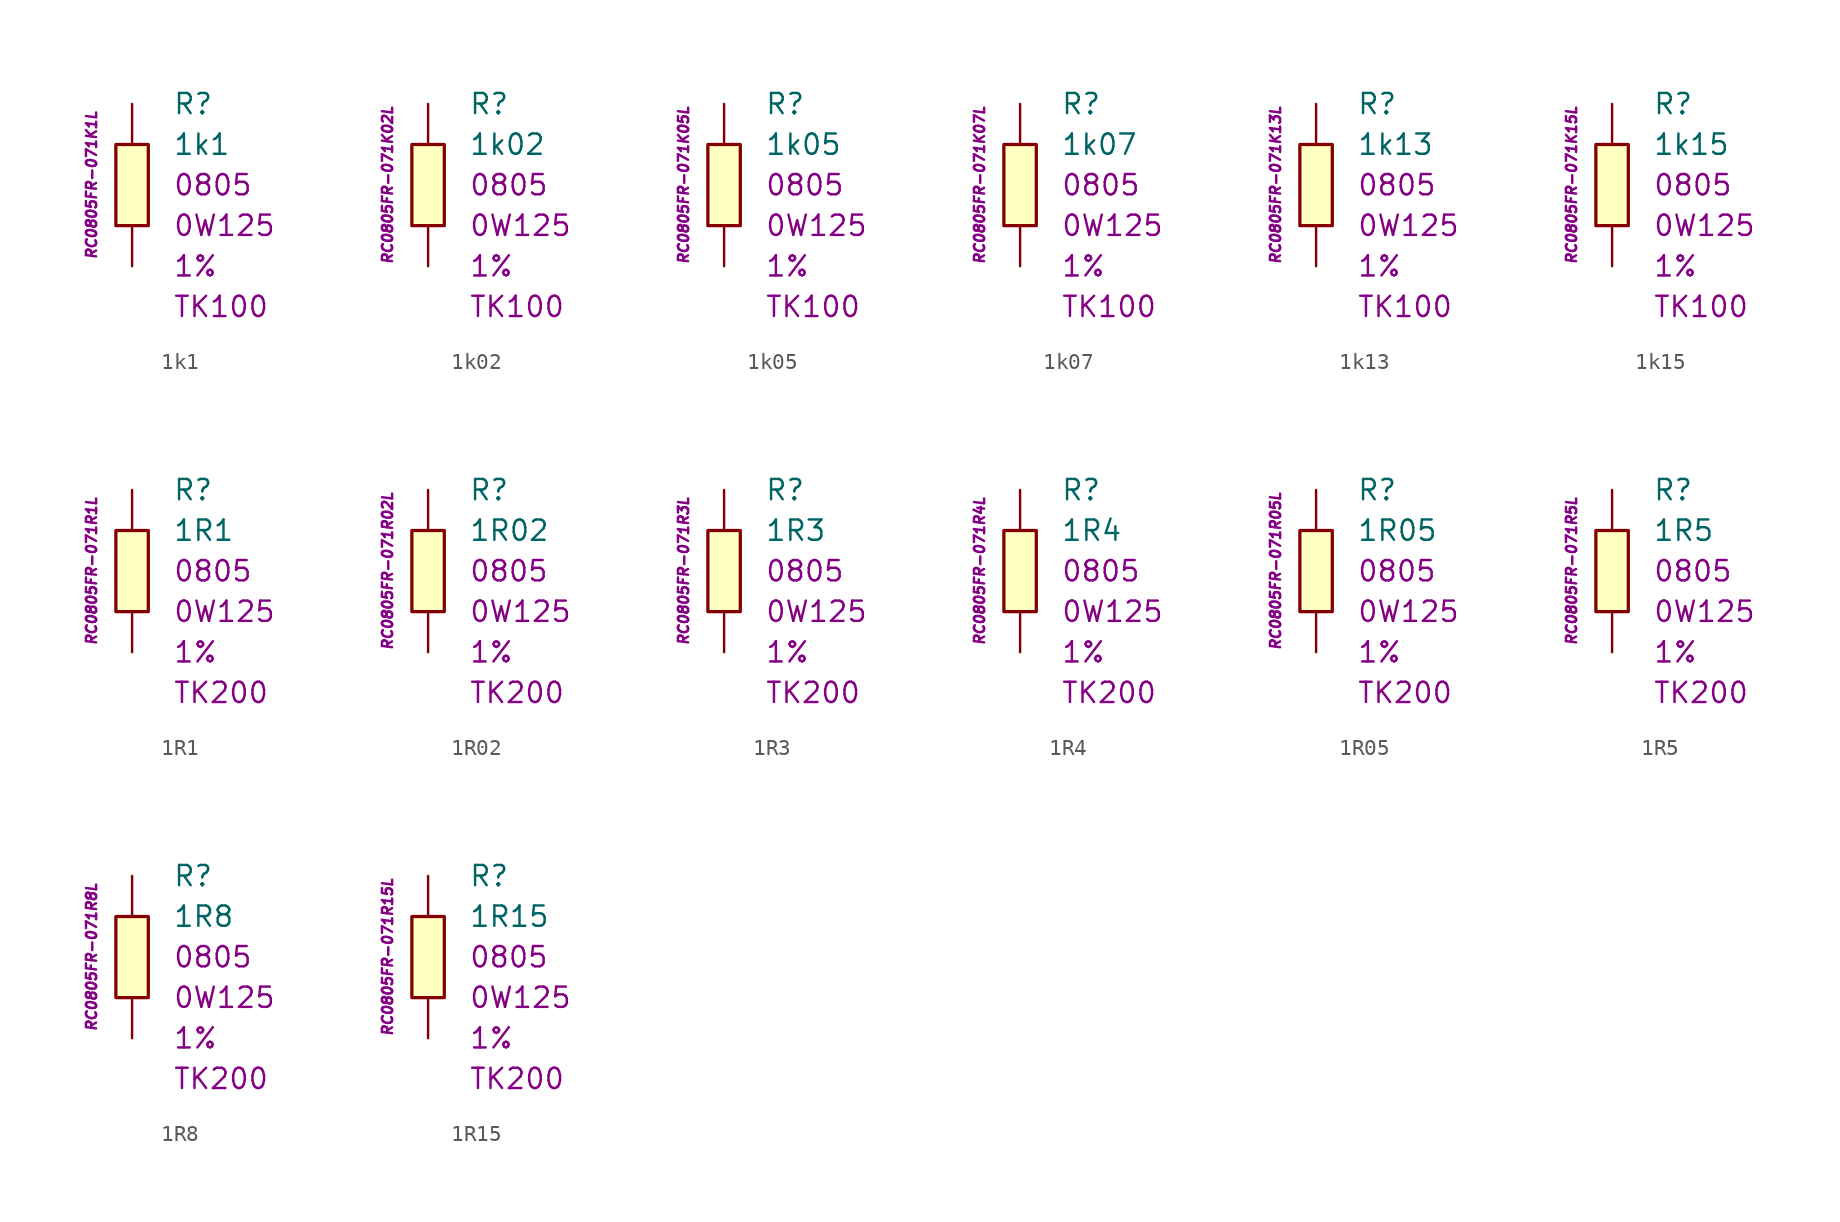
<source format=kicad_sym>
(kicad_symbol_lib
  (version 20201005)
  (generator kicad_symbol_editor)
  (symbol "1k1"
    (pin_numbers hide)
    (pin_names
      (offset 1.016) hide)
    (property "Reference" "R"
      (at 2.54 5.08 0)
      (effects (font (size 1.27 1.27)) (justify left)))
    (property "Value" "1k1"
      (at 2.54 2.54 0)
      (effects (font (size 1.27 1.27)) (justify left)))
    (property "Package" "0805"
      (at 2.54 0 0)
      (effects (font (size 1.27 1.27)) (justify left)))
    (property "Power" "0W125"
      (at 2.54 -2.54 0)
      (effects (font (size 1.27 1.27)) (justify left)))
    (property "Tolerance" "1%"
      (at 2.54 -5.08 0)
      (effects (font (size 1.27 1.27)) (justify left)))
    (property "TK" "TK100"
      (at 2.54 -7.62 0)
      (effects (font (size 1.27 1.27)) (justify left)))
    (property "ID" "RC0805FR-071K1L"
      (at -2.54 0 90)
      (effects (font (size 0.635 0.635) italic)))
    (symbol "1k1_0_1"
      (rectangle (start -1.016 2.54) (end 1.016 -2.54) (stroke (width 0.203)) (fill (type background))))
    (symbol "1k1_1_1"
      (pin passive line (at 0 5.08 270) (length 2.54) (name "~" (effects (font (size 1.778 1.778)))) (number "1" (effects (font (size 1.778 1.778)))))
      (pin passive line (at 0 -5.08 90) (length 2.54) (name "~" (effects (font (size 1.778 1.778)))) (number "2" (effects (font (size 1.778 1.778)))))))
  (symbol "1k02"
    (pin_numbers hide)
    (pin_names
      (offset 1.016) hide)
    (property "Reference" "R"
      (at 2.54 5.08 0)
      (effects (font (size 1.27 1.27)) (justify left)))
    (property "Value" "1k02"
      (at 2.54 2.54 0)
      (effects (font (size 1.27 1.27)) (justify left)))
    (property "Package" "0805"
      (at 2.54 0 0)
      (effects (font (size 1.27 1.27)) (justify left)))
    (property "Power" "0W125"
      (at 2.54 -2.54 0)
      (effects (font (size 1.27 1.27)) (justify left)))
    (property "Tolerance" "1%"
      (at 2.54 -5.08 0)
      (effects (font (size 1.27 1.27)) (justify left)))
    (property "TK" "TK100"
      (at 2.54 -7.62 0)
      (effects (font (size 1.27 1.27)) (justify left)))
    (property "ID" "RC0805FR-071K02L"
      (at -2.54 0 90)
      (effects (font (size 0.635 0.635) italic)))
    (symbol "1k02_0_1"
      (rectangle (start -1.016 2.54) (end 1.016 -2.54) (stroke (width 0.203)) (fill (type background))))
    (symbol "1k02_1_1"
      (pin passive line (at 0 5.08 270) (length 2.54) (name "~" (effects (font (size 1.778 1.778)))) (number "1" (effects (font (size 1.778 1.778)))))
      (pin passive line (at 0 -5.08 90) (length 2.54) (name "~" (effects (font (size 1.778 1.778)))) (number "2" (effects (font (size 1.778 1.778)))))))
  (symbol "1k05"
    (pin_numbers hide)
    (pin_names
      (offset 1.016) hide)
    (property "Reference" "R"
      (at 2.54 5.08 0)
      (effects (font (size 1.27 1.27)) (justify left)))
    (property "Value" "1k05"
      (at 2.54 2.54 0)
      (effects (font (size 1.27 1.27)) (justify left)))
    (property "Package" "0805"
      (at 2.54 0 0)
      (effects (font (size 1.27 1.27)) (justify left)))
    (property "Power" "0W125"
      (at 2.54 -2.54 0)
      (effects (font (size 1.27 1.27)) (justify left)))
    (property "Tolerance" "1%"
      (at 2.54 -5.08 0)
      (effects (font (size 1.27 1.27)) (justify left)))
    (property "TK" "TK100"
      (at 2.54 -7.62 0)
      (effects (font (size 1.27 1.27)) (justify left)))
    (property "ID" "RC0805FR-071K05L"
      (at -2.54 0 90)
      (effects (font (size 0.635 0.635) italic)))
    (symbol "1k05_0_1"
      (rectangle (start -1.016 2.54) (end 1.016 -2.54) (stroke (width 0.203)) (fill (type background))))
    (symbol "1k05_1_1"
      (pin passive line (at 0 5.08 270) (length 2.54) (name "~" (effects (font (size 1.778 1.778)))) (number "1" (effects (font (size 1.778 1.778)))))
      (pin passive line (at 0 -5.08 90) (length 2.54) (name "~" (effects (font (size 1.778 1.778)))) (number "2" (effects (font (size 1.778 1.778)))))))
  (symbol "1k07"
    (pin_numbers hide)
    (pin_names
      (offset 1.016) hide)
    (property "Reference" "R"
      (at 2.54 5.08 0)
      (effects (font (size 1.27 1.27)) (justify left)))
    (property "Value" "1k07"
      (at 2.54 2.54 0)
      (effects (font (size 1.27 1.27)) (justify left)))
    (property "Package" "0805"
      (at 2.54 0 0)
      (effects (font (size 1.27 1.27)) (justify left)))
    (property "Power" "0W125"
      (at 2.54 -2.54 0)
      (effects (font (size 1.27 1.27)) (justify left)))
    (property "Tolerance" "1%"
      (at 2.54 -5.08 0)
      (effects (font (size 1.27 1.27)) (justify left)))
    (property "TK" "TK100"
      (at 2.54 -7.62 0)
      (effects (font (size 1.27 1.27)) (justify left)))
    (property "ID" "RC0805FR-071K07L"
      (at -2.54 0 90)
      (effects (font (size 0.635 0.635) italic)))
    (symbol "1k07_0_1"
      (rectangle (start -1.016 2.54) (end 1.016 -2.54) (stroke (width 0.203)) (fill (type background))))
    (symbol "1k07_1_1"
      (pin passive line (at 0 5.08 270) (length 2.54) (name "~" (effects (font (size 1.778 1.778)))) (number "1" (effects (font (size 1.778 1.778)))))
      (pin passive line (at 0 -5.08 90) (length 2.54) (name "~" (effects (font (size 1.778 1.778)))) (number "2" (effects (font (size 1.778 1.778)))))))
  (symbol "1k13"
    (pin_numbers hide)
    (pin_names
      (offset 1.016) hide)
    (property "Reference" "R"
      (at 2.54 5.08 0)
      (effects (font (size 1.27 1.27)) (justify left)))
    (property "Value" "1k13"
      (at 2.54 2.54 0)
      (effects (font (size 1.27 1.27)) (justify left)))
    (property "Package" "0805"
      (at 2.54 0 0)
      (effects (font (size 1.27 1.27)) (justify left)))
    (property "Power" "0W125"
      (at 2.54 -2.54 0)
      (effects (font (size 1.27 1.27)) (justify left)))
    (property "Tolerance" "1%"
      (at 2.54 -5.08 0)
      (effects (font (size 1.27 1.27)) (justify left)))
    (property "TK" "TK100"
      (at 2.54 -7.62 0)
      (effects (font (size 1.27 1.27)) (justify left)))
    (property "ID" "RC0805FR-071K13L"
      (at -2.54 0 90)
      (effects (font (size 0.635 0.635) italic)))
    (symbol "1k13_0_1"
      (rectangle (start -1.016 2.54) (end 1.016 -2.54) (stroke (width 0.203)) (fill (type background))))
    (symbol "1k13_1_1"
      (pin passive line (at 0 5.08 270) (length 2.54) (name "~" (effects (font (size 1.778 1.778)))) (number "1" (effects (font (size 1.778 1.778)))))
      (pin passive line (at 0 -5.08 90) (length 2.54) (name "~" (effects (font (size 1.778 1.778)))) (number "2" (effects (font (size 1.778 1.778)))))))
  (symbol "1k15"
    (pin_numbers hide)
    (pin_names
      (offset 1.016) hide)
    (property "Reference" "R"
      (at 2.54 5.08 0)
      (effects (font (size 1.27 1.27)) (justify left)))
    (property "Value" "1k15"
      (at 2.54 2.54 0)
      (effects (font (size 1.27 1.27)) (justify left)))
    (property "Package" "0805"
      (at 2.54 0 0)
      (effects (font (size 1.27 1.27)) (justify left)))
    (property "Power" "0W125"
      (at 2.54 -2.54 0)
      (effects (font (size 1.27 1.27)) (justify left)))
    (property "Tolerance" "1%"
      (at 2.54 -5.08 0)
      (effects (font (size 1.27 1.27)) (justify left)))
    (property "TK" "TK100"
      (at 2.54 -7.62 0)
      (effects (font (size 1.27 1.27)) (justify left)))
    (property "ID" "RC0805FR-071K15L"
      (at -2.54 0 90)
      (effects (font (size 0.635 0.635) italic)))
    (symbol "1k15_0_1"
      (rectangle (start -1.016 2.54) (end 1.016 -2.54) (stroke (width 0.203)) (fill (type background))))
    (symbol "1k15_1_1"
      (pin passive line (at 0 5.08 270) (length 2.54) (name "~" (effects (font (size 1.778 1.778)))) (number "1" (effects (font (size 1.778 1.778)))))
      (pin passive line (at 0 -5.08 90) (length 2.54) (name "~" (effects (font (size 1.778 1.778)))) (number "2" (effects (font (size 1.778 1.778)))))))
  (symbol "1R1"
    (pin_numbers hide)
    (pin_names
      (offset 1.016) hide)
    (property "Reference" "R"
      (at 2.54 5.08 0)
      (effects (font (size 1.27 1.27)) (justify left)))
    (property "Value" "1R1"
      (at 2.54 2.54 0)
      (effects (font (size 1.27 1.27)) (justify left)))
    (property "Package" "0805"
      (at 2.54 0 0)
      (effects (font (size 1.27 1.27)) (justify left)))
    (property "Power" "0W125"
      (at 2.54 -2.54 0)
      (effects (font (size 1.27 1.27)) (justify left)))
    (property "Tolerance" "1%"
      (at 2.54 -5.08 0)
      (effects (font (size 1.27 1.27)) (justify left)))
    (property "TK" "TK200"
      (at 2.54 -7.62 0)
      (effects (font (size 1.27 1.27)) (justify left)))
    (property "ID" "RC0805FR-071R1L"
      (at -2.54 0 90)
      (effects (font (size 0.635 0.635) italic)))
    (symbol "1R1_0_1"
      (rectangle (start -1.016 2.54) (end 1.016 -2.54) (stroke (width 0.203)) (fill (type background))))
    (symbol "1R1_1_1"
      (pin passive line (at 0 5.08 270) (length 2.54) (name "~" (effects (font (size 1.778 1.778)))) (number "1" (effects (font (size 1.778 1.778)))))
      (pin passive line (at 0 -5.08 90) (length 2.54) (name "~" (effects (font (size 1.778 1.778)))) (number "2" (effects (font (size 1.778 1.778)))))))
  (symbol "1R02"
    (pin_numbers hide)
    (pin_names
      (offset 1.016) hide)
    (property "Reference" "R"
      (at 2.54 5.08 0)
      (effects (font (size 1.27 1.27)) (justify left)))
    (property "Value" "1R02"
      (at 2.54 2.54 0)
      (effects (font (size 1.27 1.27)) (justify left)))
    (property "Package" "0805"
      (at 2.54 0 0)
      (effects (font (size 1.27 1.27)) (justify left)))
    (property "Power" "0W125"
      (at 2.54 -2.54 0)
      (effects (font (size 1.27 1.27)) (justify left)))
    (property "Tolerance" "1%"
      (at 2.54 -5.08 0)
      (effects (font (size 1.27 1.27)) (justify left)))
    (property "TK" "TK200"
      (at 2.54 -7.62 0)
      (effects (font (size 1.27 1.27)) (justify left)))
    (property "ID" "RC0805FR-071R02L"
      (at -2.54 0 90)
      (effects (font (size 0.635 0.635) italic)))
    (symbol "1R02_0_1"
      (rectangle (start -1.016 2.54) (end 1.016 -2.54) (stroke (width 0.203)) (fill (type background))))
    (symbol "1R02_1_1"
      (pin passive line (at 0 5.08 270) (length 2.54) (name "~" (effects (font (size 1.778 1.778)))) (number "1" (effects (font (size 1.778 1.778)))))
      (pin passive line (at 0 -5.08 90) (length 2.54) (name "~" (effects (font (size 1.778 1.778)))) (number "2" (effects (font (size 1.778 1.778)))))))
  (symbol "1R3"
    (pin_numbers hide)
    (pin_names
      (offset 1.016) hide)
    (property "Reference" "R"
      (at 2.54 5.08 0)
      (effects (font (size 1.27 1.27)) (justify left)))
    (property "Value" "1R3"
      (at 2.54 2.54 0)
      (effects (font (size 1.27 1.27)) (justify left)))
    (property "Package" "0805"
      (at 2.54 0 0)
      (effects (font (size 1.27 1.27)) (justify left)))
    (property "Power" "0W125"
      (at 2.54 -2.54 0)
      (effects (font (size 1.27 1.27)) (justify left)))
    (property "Tolerance" "1%"
      (at 2.54 -5.08 0)
      (effects (font (size 1.27 1.27)) (justify left)))
    (property "TK" "TK200"
      (at 2.54 -7.62 0)
      (effects (font (size 1.27 1.27)) (justify left)))
    (property "ID" "RC0805FR-071R3L"
      (at -2.54 0 90)
      (effects (font (size 0.635 0.635) italic)))
    (symbol "1R3_0_1"
      (rectangle (start -1.016 2.54) (end 1.016 -2.54) (stroke (width 0.203)) (fill (type background))))
    (symbol "1R3_1_1"
      (pin passive line (at 0 5.08 270) (length 2.54) (name "~" (effects (font (size 1.778 1.778)))) (number "1" (effects (font (size 1.778 1.778)))))
      (pin passive line (at 0 -5.08 90) (length 2.54) (name "~" (effects (font (size 1.778 1.778)))) (number "2" (effects (font (size 1.778 1.778)))))))
  (symbol "1R4"
    (pin_numbers hide)
    (pin_names
      (offset 1.016) hide)
    (property "Reference" "R"
      (at 2.54 5.08 0)
      (effects (font (size 1.27 1.27)) (justify left)))
    (property "Value" "1R4"
      (at 2.54 2.54 0)
      (effects (font (size 1.27 1.27)) (justify left)))
    (property "Package" "0805"
      (at 2.54 0 0)
      (effects (font (size 1.27 1.27)) (justify left)))
    (property "Power" "0W125"
      (at 2.54 -2.54 0)
      (effects (font (size 1.27 1.27)) (justify left)))
    (property "Tolerance" "1%"
      (at 2.54 -5.08 0)
      (effects (font (size 1.27 1.27)) (justify left)))
    (property "TK" "TK200"
      (at 2.54 -7.62 0)
      (effects (font (size 1.27 1.27)) (justify left)))
    (property "ID" "RC0805FR-071R4L"
      (at -2.54 0 90)
      (effects (font (size 0.635 0.635) italic)))
    (symbol "1R4_0_1"
      (rectangle (start -1.016 2.54) (end 1.016 -2.54) (stroke (width 0.203)) (fill (type background))))
    (symbol "1R4_1_1"
      (pin passive line (at 0 5.08 270) (length 2.54) (name "~" (effects (font (size 1.778 1.778)))) (number "1" (effects (font (size 1.778 1.778)))))
      (pin passive line (at 0 -5.08 90) (length 2.54) (name "~" (effects (font (size 1.778 1.778)))) (number "2" (effects (font (size 1.778 1.778)))))))
  (symbol "1R05"
    (pin_numbers hide)
    (pin_names
      (offset 1.016) hide)
    (property "Reference" "R"
      (at 2.54 5.08 0)
      (effects (font (size 1.27 1.27)) (justify left)))
    (property "Value" "1R05"
      (at 2.54 2.54 0)
      (effects (font (size 1.27 1.27)) (justify left)))
    (property "Package" "0805"
      (at 2.54 0 0)
      (effects (font (size 1.27 1.27)) (justify left)))
    (property "Power" "0W125"
      (at 2.54 -2.54 0)
      (effects (font (size 1.27 1.27)) (justify left)))
    (property "Tolerance" "1%"
      (at 2.54 -5.08 0)
      (effects (font (size 1.27 1.27)) (justify left)))
    (property "TK" "TK200"
      (at 2.54 -7.62 0)
      (effects (font (size 1.27 1.27)) (justify left)))
    (property "ID" "RC0805FR-071R05L"
      (at -2.54 0 90)
      (effects (font (size 0.635 0.635) italic)))
    (symbol "1R05_0_1"
      (rectangle (start -1.016 2.54) (end 1.016 -2.54) (stroke (width 0.203)) (fill (type background))))
    (symbol "1R05_1_1"
      (pin passive line (at 0 5.08 270) (length 2.54) (name "~" (effects (font (size 1.778 1.778)))) (number "1" (effects (font (size 1.778 1.778)))))
      (pin passive line (at 0 -5.08 90) (length 2.54) (name "~" (effects (font (size 1.778 1.778)))) (number "2" (effects (font (size 1.778 1.778)))))))
  (symbol "1R5"
    (pin_numbers hide)
    (pin_names
      (offset 1.016) hide)
    (property "Reference" "R"
      (at 2.54 5.08 0)
      (effects (font (size 1.27 1.27)) (justify left)))
    (property "Value" "1R5"
      (at 2.54 2.54 0)
      (effects (font (size 1.27 1.27)) (justify left)))
    (property "Package" "0805"
      (at 2.54 0 0)
      (effects (font (size 1.27 1.27)) (justify left)))
    (property "Power" "0W125"
      (at 2.54 -2.54 0)
      (effects (font (size 1.27 1.27)) (justify left)))
    (property "Tolerance" "1%"
      (at 2.54 -5.08 0)
      (effects (font (size 1.27 1.27)) (justify left)))
    (property "TK" "TK200"
      (at 2.54 -7.62 0)
      (effects (font (size 1.27 1.27)) (justify left)))
    (property "ID" "RC0805FR-071R5L"
      (at -2.54 0 90)
      (effects (font (size 0.635 0.635) italic)))
    (symbol "1R5_0_1"
      (rectangle (start -1.016 2.54) (end 1.016 -2.54) (stroke (width 0.203)) (fill (type background))))
    (symbol "1R5_1_1"
      (pin passive line (at 0 5.08 270) (length 2.54) (name "~" (effects (font (size 1.778 1.778)))) (number "1" (effects (font (size 1.778 1.778)))))
      (pin passive line (at 0 -5.08 90) (length 2.54) (name "~" (effects (font (size 1.778 1.778)))) (number "2" (effects (font (size 1.778 1.778)))))))
  (symbol "1R8"
    (pin_numbers hide)
    (pin_names
      (offset 1.016) hide)
    (property "Reference" "R"
      (at 2.54 5.08 0)
      (effects (font (size 1.27 1.27)) (justify left)))
    (property "Value" "1R8"
      (at 2.54 2.54 0)
      (effects (font (size 1.27 1.27)) (justify left)))
    (property "Package" "0805"
      (at 2.54 0 0)
      (effects (font (size 1.27 1.27)) (justify left)))
    (property "Power" "0W125"
      (at 2.54 -2.54 0)
      (effects (font (size 1.27 1.27)) (justify left)))
    (property "Tolerance" "1%"
      (at 2.54 -5.08 0)
      (effects (font (size 1.27 1.27)) (justify left)))
    (property "TK" "TK200"
      (at 2.54 -7.62 0)
      (effects (font (size 1.27 1.27)) (justify left)))
    (property "ID" "RC0805FR-071R8L"
      (at -2.54 0 90)
      (effects (font (size 0.635 0.635) italic)))
    (symbol "1R8_0_1"
      (rectangle (start -1.016 2.54) (end 1.016 -2.54) (stroke (width 0.203)) (fill (type background))))
    (symbol "1R8_1_1"
      (pin passive line (at 0 5.08 270) (length 2.54) (name "~" (effects (font (size 1.778 1.778)))) (number "1" (effects (font (size 1.778 1.778)))))
      (pin passive line (at 0 -5.08 90) (length 2.54) (name "~" (effects (font (size 1.778 1.778)))) (number "2" (effects (font (size 1.778 1.778)))))))
  (symbol "1R15"
    (pin_numbers hide)
    (pin_names
      (offset 1.016) hide)
    (property "Reference" "R"
      (at 2.54 5.08 0)
      (effects (font (size 1.27 1.27)) (justify left)))
    (property "Value" "1R15"
      (at 2.54 2.54 0)
      (effects (font (size 1.27 1.27)) (justify left)))
    (property "Package" "0805"
      (at 2.54 0 0)
      (effects (font (size 1.27 1.27)) (justify left)))
    (property "Power" "0W125"
      (at 2.54 -2.54 0)
      (effects (font (size 1.27 1.27)) (justify left)))
    (property "Tolerance" "1%"
      (at 2.54 -5.08 0)
      (effects (font (size 1.27 1.27)) (justify left)))
    (property "TK" "TK200"
      (at 2.54 -7.62 0)
      (effects (font (size 1.27 1.27)) (justify left)))
    (property "ID" "RC0805FR-071R15L"
      (at -2.54 0 90)
      (effects (font (size 0.635 0.635) italic)))
    (symbol "1R15_0_1"
      (rectangle (start -1.016 2.54) (end 1.016 -2.54) (stroke (width 0.203)) (fill (type background))))
    (symbol "1R15_1_1"
      (pin passive line (at 0 5.08 270) (length 2.54) (name "~" (effects (font (size 1.778 1.778)))) (number "1" (effects (font (size 1.778 1.778)))))
      (pin passive line (at 0 -5.08 90) (length 2.54) (name "~" (effects (font (size 1.778 1.778)))) (number "2" (effects (font (size 1.778 1.778))))))))
</source>
